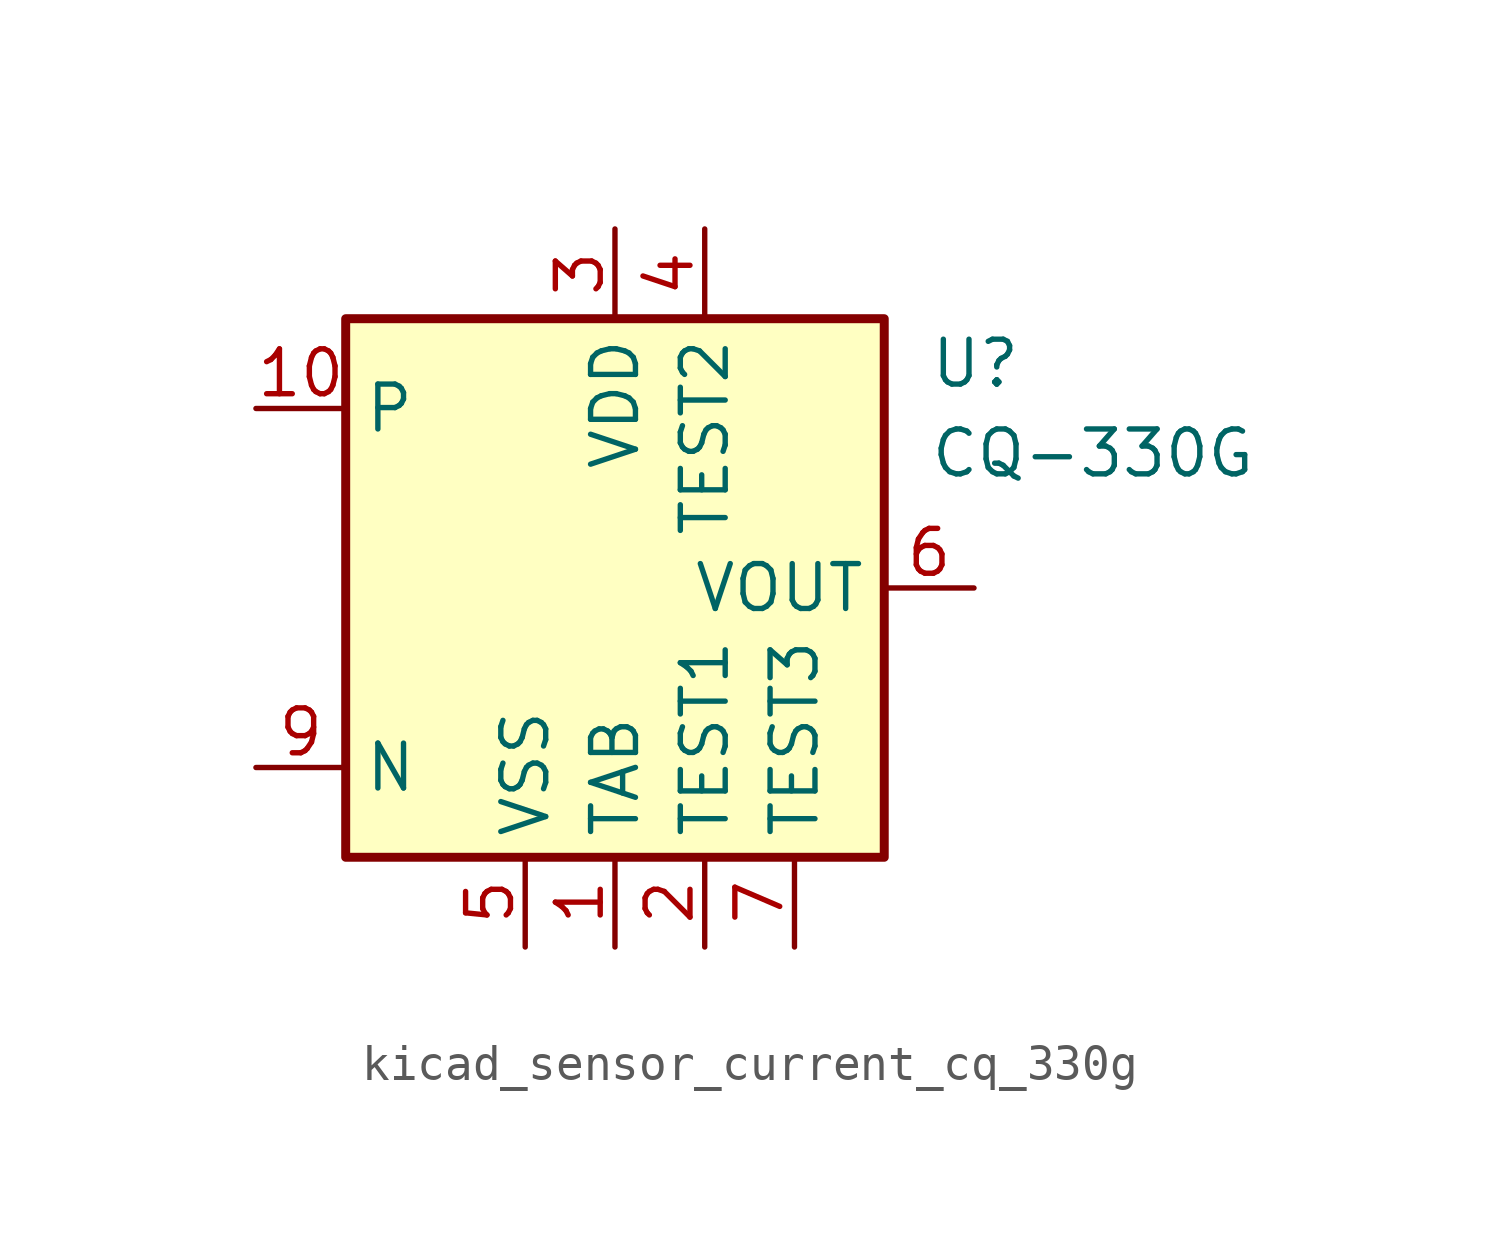
<source format=kicad_sym>
(kicad_symbol_lib
  (version 20220914)
  (generator kicad_symbol_editor)
  (symbol "kicad_sensor_current_cq_330g"
    (property "Reference" "U"
      (at 8.89 6.35 0)
      (effects (font (size 1.27 1.27)) (justify left)))
    (property "Value" "CQ-330G"
      (at 8.89 3.81 0)
      (effects (font (size 1.27 1.27)) (justify left)))
    (symbol "kicad_sensor_current_cq_330g_0_1"
      (rectangle (start -7.62 7.62) (end 7.62 -7.62) (stroke (width 0.254) (type default)) (fill (type background))))
    (symbol "kicad_sensor_current_cq_330g_1_1"
      (pin power_in line (at 0 -10.16 90) (length 2.54) (name "TAB" (effects (font (size 1.27 1.27)))) (number "1" (effects (font (size 1.27 1.27)))))
      (pin passive line (at -10.16 5.08 0) (length 2.54) (name "P" (effects (font (size 1.27 1.27)))) (number "10" (effects (font (size 1.27 1.27)))))
      (pin power_in line (at 2.54 -10.16 90) (length 2.54) (name "TEST1" (effects (font (size 1.27 1.27)))) (number "2" (effects (font (size 1.27 1.27)))))
      (pin power_in line (at 0 10.16 270) (length 2.54) (name "VDD" (effects (font (size 1.27 1.27)))) (number "3" (effects (font (size 1.27 1.27)))))
      (pin power_in line (at 2.54 10.16 270) (length 2.54) (name "TEST2" (effects (font (size 1.27 1.27)))) (number "4" (effects (font (size 1.27 1.27)))))
      (pin power_in line (at -2.54 -10.16 90) (length 2.54) (name "VSS" (effects (font (size 1.27 1.27)))) (number "5" (effects (font (size 1.27 1.27)))))
      (pin output line (at 10.16 0 180) (length 2.54) (name "VOUT" (effects (font (size 1.27 1.27)))) (number "6" (effects (font (size 1.27 1.27)))))
      (pin power_in line (at 5.08 -10.16 90) (length 2.54) (name "TEST3" (effects (font (size 1.27 1.27)))) (number "7" (effects (font (size 1.27 1.27)))))
      (pin passive line (at 0 -10.16 90) (length 2.54) hide (name "TAB" (effects (font (size 1.27 1.27)))) (number "8" (effects (font (size 1.27 1.27)))))
      (pin passive line (at -10.16 -5.08 0) (length 2.54) (name "N" (effects (font (size 1.27 1.27)))) (number "9" (effects (font (size 1.27 1.27))))))))
</source>
